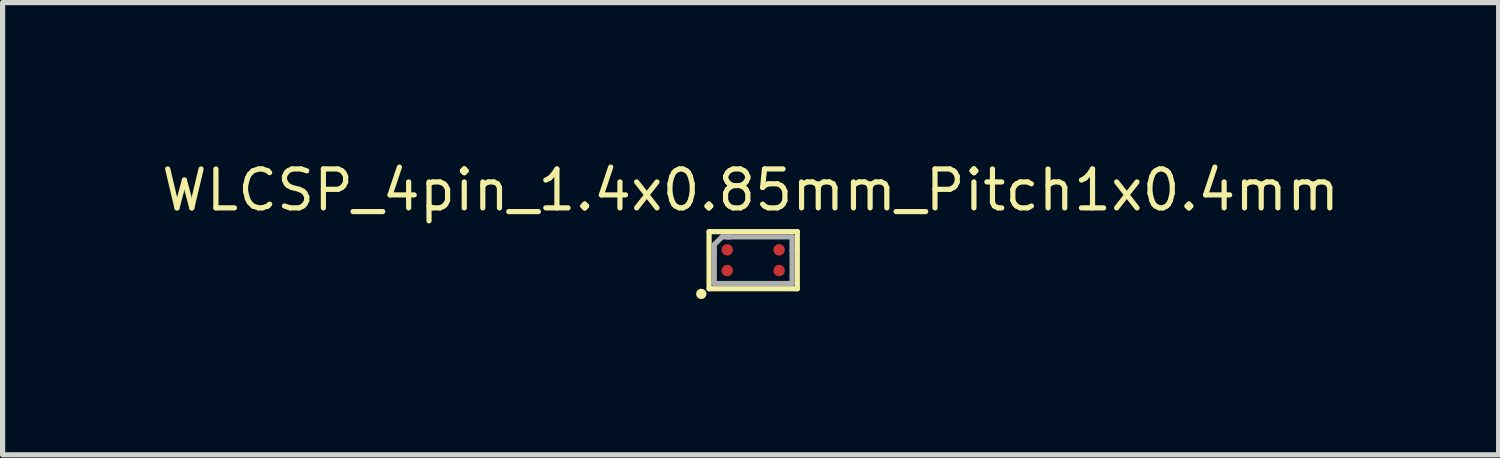
<source format=kicad_pcb>
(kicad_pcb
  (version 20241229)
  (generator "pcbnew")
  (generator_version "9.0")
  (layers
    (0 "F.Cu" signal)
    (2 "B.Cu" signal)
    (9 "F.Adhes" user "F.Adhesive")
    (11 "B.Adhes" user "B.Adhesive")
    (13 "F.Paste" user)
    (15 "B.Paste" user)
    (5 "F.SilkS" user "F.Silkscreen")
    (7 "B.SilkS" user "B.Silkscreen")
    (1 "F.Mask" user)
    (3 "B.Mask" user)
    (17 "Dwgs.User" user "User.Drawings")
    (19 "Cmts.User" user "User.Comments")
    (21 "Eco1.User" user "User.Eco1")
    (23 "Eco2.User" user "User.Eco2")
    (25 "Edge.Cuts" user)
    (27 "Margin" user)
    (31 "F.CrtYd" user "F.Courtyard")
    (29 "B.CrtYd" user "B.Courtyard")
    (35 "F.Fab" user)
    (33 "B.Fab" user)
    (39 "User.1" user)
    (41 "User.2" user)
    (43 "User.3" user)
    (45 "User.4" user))
  (footprint "WLCSP_4pin_1.4x0.85mm_Pitch1x0.4mm"
    (layer "F.Cu")
    (at 11.414 1.914)
    (property "Reference" "WLCSP_4pin_1.4x0.85mm_Pitch1x0.4mm" (at 0 -1.3 0) (layer "F.SilkS") (effects (font (size 0.75 0.75) (thickness 0.1))))
    (attr through_hole)
    (fp_line (start -0.8 -0.5) (end -0.8 0.6) (stroke (width 0.1) (type solid)) (layer "F.SilkS"))
    (fp_line (start -0.8 0.6) (end 0.9 0.6) (stroke (width 0.1) (type solid)) (layer "F.SilkS"))
    (fp_line (start 0.9 -0.5) (end -0.8 -0.5) (stroke (width 0.1) (type solid)) (layer "F.SilkS"))
    (fp_line (start 0.9 0.6) (end 0.9 -0.5) (stroke (width 0.1) (type solid)) (layer "F.SilkS"))
    (fp_circle (center -0.95 0.7) (end -0.95 0.75) (stroke (width 0.1) (type solid)) (fill no) (layer "F.SilkS"))
    (fp_line (start -0.7 -0.25) (end -0.55 -0.4) (stroke (width 0.1) (type solid)) (layer "F.Fab"))
    (fp_line (start -0.7 -0.15) (end -0.7 -0.25) (stroke (width 0.1) (type solid)) (layer "F.Fab"))
    (fp_line (start -0.7 -0.15) (end -0.7 -0.1) (stroke (width 0.1) (type solid)) (layer "F.Fab"))
    (fp_line (start -0.7 0.5) (end -0.7 -0.1) (stroke (width 0.1) (type solid)) (layer "F.Fab"))
    (fp_line (start -0.55 -0.4) (end -0.4 -0.4) (stroke (width 0.1) (type solid)) (layer "F.Fab"))
    (fp_line (start -0.45 -0.4) (end -0.4 -0.4) (stroke (width 0.1) (type solid)) (layer "F.Fab"))
    (fp_line (start -0.4 -0.4) (end 0.8 -0.4) (stroke (width 0.1) (type solid)) (layer "F.Fab"))
    (fp_line (start 0.8 -0.15) (end 0.8 -0.4) (stroke (width 0.1) (type solid)) (layer "F.Fab"))
    (fp_line (start 0.8 -0.15) (end 0.8 0.5) (stroke (width 0.1) (type solid)) (layer "F.Fab"))
    (fp_line (start 0.8 0.5) (end -0.7 0.5) (stroke (width 0.1) (type solid)) (layer "F.Fab"))
    (pad "A1" smd circle (at -0.45 0.25 90) (size 0.22 0.22) (layers "F.Cu" "F.Mask" "F.Paste"))
    (pad "A2" smd circle (at -0.45 -0.15 90) (size 0.22 0.22) (layers "F.Cu" "F.Mask" "F.Paste"))
    (pad "B1" smd circle (at 0.55 0.25 90) (size 0.22 0.22) (layers "F.Cu" "F.Mask" "F.Paste"))
    (pad "B2" smd circle (at 0.55 -0.15 90) (size 0.22 0.22) (layers "F.Cu" "F.Mask" "F.Paste")))
  (gr_rect
    (start -3 -3)
    (end 25.829 5.714)
    (stroke (width 0.1) (type default))
    (fill no)
    (layer "Edge.Cuts")))
</source>
